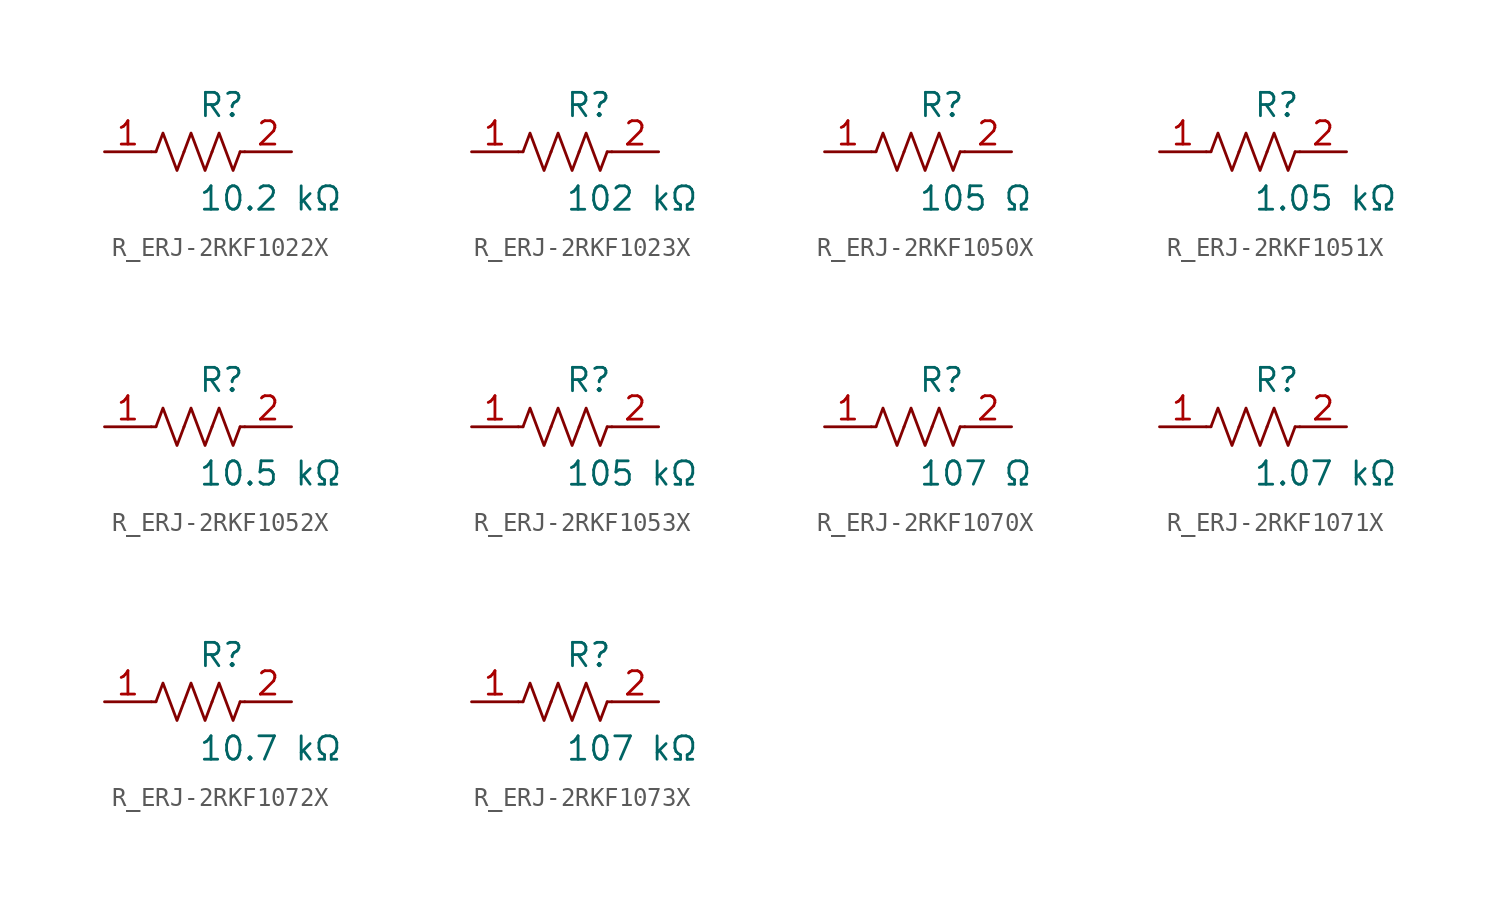
<source format=kicad_sym>
(kicad_symbol_lib
  (version 20231120)
  (generator kicad_symbol_editor)
  (generator_version 8.0)
  (symbol "R_ERJ-2RKF1022X"
    (pin_names
      (offset 0.254))
    (property "Reference" "R"
      (at 0 2.54 0)
      (effects (font (size 1.27 1.27)) (justify left)))
    (property "Value" "10.2 kΩ"
      (at 0 -2.54 0)
      (effects (font (size 1.27 1.27)) (justify left)))
    (symbol "R_ERJ-2RKF1022X_0_1"
      (polyline (pts (xy 2.286 0) (xy 2.54 0)) (stroke (width 0) (type default)) (fill (type none)))
      (polyline (pts (xy -2.286 0) (xy -2.54 0)) (stroke (width 0) (type default)) (fill (type none)))
      (polyline (pts (xy 0.762 0) (xy 1.143 1.016) (xy 1.524 0) (xy 1.905 -1.016) (xy 2.286 0)) (stroke (width 0) (type default)) (fill (type none)))
      (polyline (pts (xy -0.762 0) (xy -0.381 1.016) (xy 0 0) (xy 0.381 -1.016) (xy 0.762 0)) (stroke (width 0) (type default)) (fill (type none)))
      (polyline (pts (xy -2.286 0) (xy -1.905 1.016) (xy -1.524 0) (xy -1.143 -1.016) (xy -0.762 0)) (stroke (width 0) (type default)) (fill (type none))))
    (pin unspecified line
      (at -5.08 0 0)
      (length 2.54)
      (name "" (effects (font (size 1.27 1.27))))
      (number "1" (effects (font (size 1.27 1.27)))))
    (pin unspecified line
      (at 5.08 0 180)
      (length 2.54)
      (name "" (effects (font (size 1.27 1.27))))
      (number "2" (effects (font (size 1.27 1.27))))))
  (symbol "R_ERJ-2RKF1023X"
    (pin_names
      (offset 0.254))
    (property "Reference" "R"
      (at 0 2.54 0)
      (effects (font (size 1.27 1.27)) (justify left)))
    (property "Value" "102 kΩ"
      (at 0 -2.54 0)
      (effects (font (size 1.27 1.27)) (justify left)))
    (symbol "R_ERJ-2RKF1023X_0_1"
      (polyline (pts (xy 2.286 0) (xy 2.54 0)) (stroke (width 0) (type default)) (fill (type none)))
      (polyline (pts (xy -2.286 0) (xy -2.54 0)) (stroke (width 0) (type default)) (fill (type none)))
      (polyline (pts (xy 0.762 0) (xy 1.143 1.016) (xy 1.524 0) (xy 1.905 -1.016) (xy 2.286 0)) (stroke (width 0) (type default)) (fill (type none)))
      (polyline (pts (xy -0.762 0) (xy -0.381 1.016) (xy 0 0) (xy 0.381 -1.016) (xy 0.762 0)) (stroke (width 0) (type default)) (fill (type none)))
      (polyline (pts (xy -2.286 0) (xy -1.905 1.016) (xy -1.524 0) (xy -1.143 -1.016) (xy -0.762 0)) (stroke (width 0) (type default)) (fill (type none))))
    (pin unspecified line
      (at -5.08 0 0)
      (length 2.54)
      (name "" (effects (font (size 1.27 1.27))))
      (number "1" (effects (font (size 1.27 1.27)))))
    (pin unspecified line
      (at 5.08 0 180)
      (length 2.54)
      (name "" (effects (font (size 1.27 1.27))))
      (number "2" (effects (font (size 1.27 1.27))))))
  (symbol "R_ERJ-2RKF1050X"
    (pin_names
      (offset 0.254))
    (property "Reference" "R"
      (at 0 2.54 0)
      (effects (font (size 1.27 1.27)) (justify left)))
    (property "Value" "105 Ω"
      (at 0 -2.54 0)
      (effects (font (size 1.27 1.27)) (justify left)))
    (symbol "R_ERJ-2RKF1050X_0_1"
      (polyline (pts (xy 2.286 0) (xy 2.54 0)) (stroke (width 0) (type default)) (fill (type none)))
      (polyline (pts (xy -2.286 0) (xy -2.54 0)) (stroke (width 0) (type default)) (fill (type none)))
      (polyline (pts (xy 0.762 0) (xy 1.143 1.016) (xy 1.524 0) (xy 1.905 -1.016) (xy 2.286 0)) (stroke (width 0) (type default)) (fill (type none)))
      (polyline (pts (xy -0.762 0) (xy -0.381 1.016) (xy 0 0) (xy 0.381 -1.016) (xy 0.762 0)) (stroke (width 0) (type default)) (fill (type none)))
      (polyline (pts (xy -2.286 0) (xy -1.905 1.016) (xy -1.524 0) (xy -1.143 -1.016) (xy -0.762 0)) (stroke (width 0) (type default)) (fill (type none))))
    (pin unspecified line
      (at -5.08 0 0)
      (length 2.54)
      (name "" (effects (font (size 1.27 1.27))))
      (number "1" (effects (font (size 1.27 1.27)))))
    (pin unspecified line
      (at 5.08 0 180)
      (length 2.54)
      (name "" (effects (font (size 1.27 1.27))))
      (number "2" (effects (font (size 1.27 1.27))))))
  (symbol "R_ERJ-2RKF1051X"
    (pin_names
      (offset 0.254))
    (property "Reference" "R"
      (at 0 2.54 0)
      (effects (font (size 1.27 1.27)) (justify left)))
    (property "Value" "1.05 kΩ"
      (at 0 -2.54 0)
      (effects (font (size 1.27 1.27)) (justify left)))
    (symbol "R_ERJ-2RKF1051X_0_1"
      (polyline (pts (xy 2.286 0) (xy 2.54 0)) (stroke (width 0) (type default)) (fill (type none)))
      (polyline (pts (xy -2.286 0) (xy -2.54 0)) (stroke (width 0) (type default)) (fill (type none)))
      (polyline (pts (xy 0.762 0) (xy 1.143 1.016) (xy 1.524 0) (xy 1.905 -1.016) (xy 2.286 0)) (stroke (width 0) (type default)) (fill (type none)))
      (polyline (pts (xy -0.762 0) (xy -0.381 1.016) (xy 0 0) (xy 0.381 -1.016) (xy 0.762 0)) (stroke (width 0) (type default)) (fill (type none)))
      (polyline (pts (xy -2.286 0) (xy -1.905 1.016) (xy -1.524 0) (xy -1.143 -1.016) (xy -0.762 0)) (stroke (width 0) (type default)) (fill (type none))))
    (pin unspecified line
      (at -5.08 0 0)
      (length 2.54)
      (name "" (effects (font (size 1.27 1.27))))
      (number "1" (effects (font (size 1.27 1.27)))))
    (pin unspecified line
      (at 5.08 0 180)
      (length 2.54)
      (name "" (effects (font (size 1.27 1.27))))
      (number "2" (effects (font (size 1.27 1.27))))))
  (symbol "R_ERJ-2RKF1052X"
    (pin_names
      (offset 0.254))
    (property "Reference" "R"
      (at 0 2.54 0)
      (effects (font (size 1.27 1.27)) (justify left)))
    (property "Value" "10.5 kΩ"
      (at 0 -2.54 0)
      (effects (font (size 1.27 1.27)) (justify left)))
    (symbol "R_ERJ-2RKF1052X_0_1"
      (polyline (pts (xy 2.286 0) (xy 2.54 0)) (stroke (width 0) (type default)) (fill (type none)))
      (polyline (pts (xy -2.286 0) (xy -2.54 0)) (stroke (width 0) (type default)) (fill (type none)))
      (polyline (pts (xy 0.762 0) (xy 1.143 1.016) (xy 1.524 0) (xy 1.905 -1.016) (xy 2.286 0)) (stroke (width 0) (type default)) (fill (type none)))
      (polyline (pts (xy -0.762 0) (xy -0.381 1.016) (xy 0 0) (xy 0.381 -1.016) (xy 0.762 0)) (stroke (width 0) (type default)) (fill (type none)))
      (polyline (pts (xy -2.286 0) (xy -1.905 1.016) (xy -1.524 0) (xy -1.143 -1.016) (xy -0.762 0)) (stroke (width 0) (type default)) (fill (type none))))
    (pin unspecified line
      (at -5.08 0 0)
      (length 2.54)
      (name "" (effects (font (size 1.27 1.27))))
      (number "1" (effects (font (size 1.27 1.27)))))
    (pin unspecified line
      (at 5.08 0 180)
      (length 2.54)
      (name "" (effects (font (size 1.27 1.27))))
      (number "2" (effects (font (size 1.27 1.27))))))
  (symbol "R_ERJ-2RKF1053X"
    (pin_names
      (offset 0.254))
    (property "Reference" "R"
      (at 0 2.54 0)
      (effects (font (size 1.27 1.27)) (justify left)))
    (property "Value" "105 kΩ"
      (at 0 -2.54 0)
      (effects (font (size 1.27 1.27)) (justify left)))
    (symbol "R_ERJ-2RKF1053X_0_1"
      (polyline (pts (xy 2.286 0) (xy 2.54 0)) (stroke (width 0) (type default)) (fill (type none)))
      (polyline (pts (xy -2.286 0) (xy -2.54 0)) (stroke (width 0) (type default)) (fill (type none)))
      (polyline (pts (xy 0.762 0) (xy 1.143 1.016) (xy 1.524 0) (xy 1.905 -1.016) (xy 2.286 0)) (stroke (width 0) (type default)) (fill (type none)))
      (polyline (pts (xy -0.762 0) (xy -0.381 1.016) (xy 0 0) (xy 0.381 -1.016) (xy 0.762 0)) (stroke (width 0) (type default)) (fill (type none)))
      (polyline (pts (xy -2.286 0) (xy -1.905 1.016) (xy -1.524 0) (xy -1.143 -1.016) (xy -0.762 0)) (stroke (width 0) (type default)) (fill (type none))))
    (pin unspecified line
      (at -5.08 0 0)
      (length 2.54)
      (name "" (effects (font (size 1.27 1.27))))
      (number "1" (effects (font (size 1.27 1.27)))))
    (pin unspecified line
      (at 5.08 0 180)
      (length 2.54)
      (name "" (effects (font (size 1.27 1.27))))
      (number "2" (effects (font (size 1.27 1.27))))))
  (symbol "R_ERJ-2RKF1070X"
    (pin_names
      (offset 0.254))
    (property "Reference" "R"
      (at 0 2.54 0)
      (effects (font (size 1.27 1.27)) (justify left)))
    (property "Value" "107 Ω"
      (at 0 -2.54 0)
      (effects (font (size 1.27 1.27)) (justify left)))
    (symbol "R_ERJ-2RKF1070X_0_1"
      (polyline (pts (xy 2.286 0) (xy 2.54 0)) (stroke (width 0) (type default)) (fill (type none)))
      (polyline (pts (xy -2.286 0) (xy -2.54 0)) (stroke (width 0) (type default)) (fill (type none)))
      (polyline (pts (xy 0.762 0) (xy 1.143 1.016) (xy 1.524 0) (xy 1.905 -1.016) (xy 2.286 0)) (stroke (width 0) (type default)) (fill (type none)))
      (polyline (pts (xy -0.762 0) (xy -0.381 1.016) (xy 0 0) (xy 0.381 -1.016) (xy 0.762 0)) (stroke (width 0) (type default)) (fill (type none)))
      (polyline (pts (xy -2.286 0) (xy -1.905 1.016) (xy -1.524 0) (xy -1.143 -1.016) (xy -0.762 0)) (stroke (width 0) (type default)) (fill (type none))))
    (pin unspecified line
      (at -5.08 0 0)
      (length 2.54)
      (name "" (effects (font (size 1.27 1.27))))
      (number "1" (effects (font (size 1.27 1.27)))))
    (pin unspecified line
      (at 5.08 0 180)
      (length 2.54)
      (name "" (effects (font (size 1.27 1.27))))
      (number "2" (effects (font (size 1.27 1.27))))))
  (symbol "R_ERJ-2RKF1071X"
    (pin_names
      (offset 0.254))
    (property "Reference" "R"
      (at 0 2.54 0)
      (effects (font (size 1.27 1.27)) (justify left)))
    (property "Value" "1.07 kΩ"
      (at 0 -2.54 0)
      (effects (font (size 1.27 1.27)) (justify left)))
    (symbol "R_ERJ-2RKF1071X_0_1"
      (polyline (pts (xy 2.286 0) (xy 2.54 0)) (stroke (width 0) (type default)) (fill (type none)))
      (polyline (pts (xy -2.286 0) (xy -2.54 0)) (stroke (width 0) (type default)) (fill (type none)))
      (polyline (pts (xy 0.762 0) (xy 1.143 1.016) (xy 1.524 0) (xy 1.905 -1.016) (xy 2.286 0)) (stroke (width 0) (type default)) (fill (type none)))
      (polyline (pts (xy -0.762 0) (xy -0.381 1.016) (xy 0 0) (xy 0.381 -1.016) (xy 0.762 0)) (stroke (width 0) (type default)) (fill (type none)))
      (polyline (pts (xy -2.286 0) (xy -1.905 1.016) (xy -1.524 0) (xy -1.143 -1.016) (xy -0.762 0)) (stroke (width 0) (type default)) (fill (type none))))
    (pin unspecified line
      (at -5.08 0 0)
      (length 2.54)
      (name "" (effects (font (size 1.27 1.27))))
      (number "1" (effects (font (size 1.27 1.27)))))
    (pin unspecified line
      (at 5.08 0 180)
      (length 2.54)
      (name "" (effects (font (size 1.27 1.27))))
      (number "2" (effects (font (size 1.27 1.27))))))
  (symbol "R_ERJ-2RKF1072X"
    (pin_names
      (offset 0.254))
    (property "Reference" "R"
      (at 0 2.54 0)
      (effects (font (size 1.27 1.27)) (justify left)))
    (property "Value" "10.7 kΩ"
      (at 0 -2.54 0)
      (effects (font (size 1.27 1.27)) (justify left)))
    (symbol "R_ERJ-2RKF1072X_0_1"
      (polyline (pts (xy 2.286 0) (xy 2.54 0)) (stroke (width 0) (type default)) (fill (type none)))
      (polyline (pts (xy -2.286 0) (xy -2.54 0)) (stroke (width 0) (type default)) (fill (type none)))
      (polyline (pts (xy 0.762 0) (xy 1.143 1.016) (xy 1.524 0) (xy 1.905 -1.016) (xy 2.286 0)) (stroke (width 0) (type default)) (fill (type none)))
      (polyline (pts (xy -0.762 0) (xy -0.381 1.016) (xy 0 0) (xy 0.381 -1.016) (xy 0.762 0)) (stroke (width 0) (type default)) (fill (type none)))
      (polyline (pts (xy -2.286 0) (xy -1.905 1.016) (xy -1.524 0) (xy -1.143 -1.016) (xy -0.762 0)) (stroke (width 0) (type default)) (fill (type none))))
    (pin unspecified line
      (at -5.08 0 0)
      (length 2.54)
      (name "" (effects (font (size 1.27 1.27))))
      (number "1" (effects (font (size 1.27 1.27)))))
    (pin unspecified line
      (at 5.08 0 180)
      (length 2.54)
      (name "" (effects (font (size 1.27 1.27))))
      (number "2" (effects (font (size 1.27 1.27))))))
  (symbol "R_ERJ-2RKF1073X"
    (pin_names
      (offset 0.254))
    (property "Reference" "R"
      (at 0 2.54 0)
      (effects (font (size 1.27 1.27)) (justify left)))
    (property "Value" "107 kΩ"
      (at 0 -2.54 0)
      (effects (font (size 1.27 1.27)) (justify left)))
    (symbol "R_ERJ-2RKF1073X_0_1"
      (polyline (pts (xy 2.286 0) (xy 2.54 0)) (stroke (width 0) (type default)) (fill (type none)))
      (polyline (pts (xy -2.286 0) (xy -2.54 0)) (stroke (width 0) (type default)) (fill (type none)))
      (polyline (pts (xy 0.762 0) (xy 1.143 1.016) (xy 1.524 0) (xy 1.905 -1.016) (xy 2.286 0)) (stroke (width 0) (type default)) (fill (type none)))
      (polyline (pts (xy -0.762 0) (xy -0.381 1.016) (xy 0 0) (xy 0.381 -1.016) (xy 0.762 0)) (stroke (width 0) (type default)) (fill (type none)))
      (polyline (pts (xy -2.286 0) (xy -1.905 1.016) (xy -1.524 0) (xy -1.143 -1.016) (xy -0.762 0)) (stroke (width 0) (type default)) (fill (type none))))
    (pin unspecified line
      (at -5.08 0 0)
      (length 2.54)
      (name "" (effects (font (size 1.27 1.27))))
      (number "1" (effects (font (size 1.27 1.27)))))
    (pin unspecified line
      (at 5.08 0 180)
      (length 2.54)
      (name "" (effects (font (size 1.27 1.27))))
      (number "2" (effects (font (size 1.27 1.27)))))))
</source>
